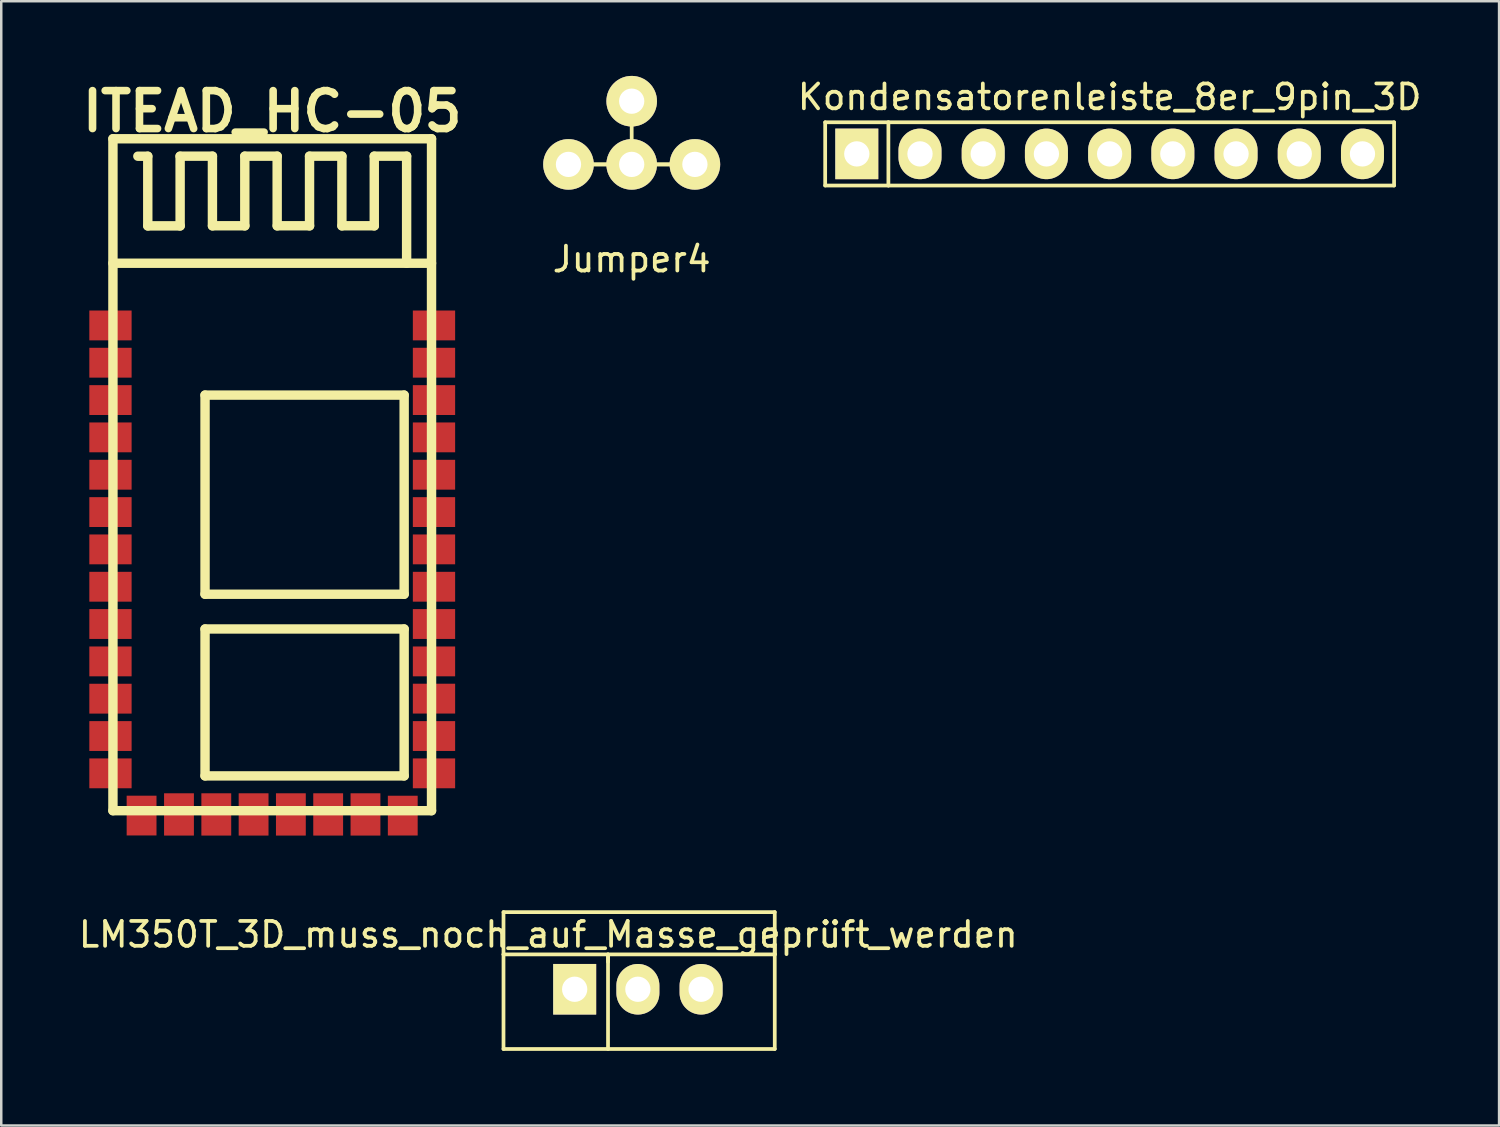
<source format=kicad_pcb>
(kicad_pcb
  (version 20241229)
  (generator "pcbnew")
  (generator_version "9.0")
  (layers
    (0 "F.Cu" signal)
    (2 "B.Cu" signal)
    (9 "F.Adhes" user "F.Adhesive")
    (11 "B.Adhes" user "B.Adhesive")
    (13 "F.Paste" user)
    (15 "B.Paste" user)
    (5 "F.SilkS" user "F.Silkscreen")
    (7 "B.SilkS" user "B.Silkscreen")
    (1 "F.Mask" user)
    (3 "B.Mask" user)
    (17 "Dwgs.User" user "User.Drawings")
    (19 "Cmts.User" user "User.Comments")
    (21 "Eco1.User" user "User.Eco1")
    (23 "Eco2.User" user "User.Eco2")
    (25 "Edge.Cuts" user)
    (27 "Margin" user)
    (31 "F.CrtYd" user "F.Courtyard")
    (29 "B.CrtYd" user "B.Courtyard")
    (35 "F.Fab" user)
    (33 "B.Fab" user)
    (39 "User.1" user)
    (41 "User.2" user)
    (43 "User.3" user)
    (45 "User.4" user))
  (footprint "Kondensatorenleiste_8er_9pin_3D"
    (layer "F.Cu")
    (at 41.538 3.134)
    (property "Reference" "Kondensatorenleiste_8er_9pin_3D" (at 0 -2.286 0) (layer "F.SilkS") (effects (font (size 1 1) (thickness 0.15))))
    (attr through_hole)
    (fp_line (start -11.43 -1.27) (end -11.43 1.27) (stroke (width 0.15) (type solid)) (layer "F.SilkS"))
    (fp_line (start -11.43 -1.27) (end -8.89 -1.27) (stroke (width 0.15) (type solid)) (layer "F.SilkS"))
    (fp_line (start -11.43 1.27) (end -8.89 1.27) (stroke (width 0.15) (type solid)) (layer "F.SilkS"))
    (fp_line (start -8.89 -1.27) (end -8.89 1.27) (stroke (width 0.15) (type solid)) (layer "F.SilkS"))
    (fp_line (start -8.89 -1.27) (end 11.43 -1.27) (stroke (width 0.15) (type solid)) (layer "F.SilkS"))
    (fp_line (start 11.43 -1.27) (end 11.43 1.27) (stroke (width 0.15) (type solid)) (layer "F.SilkS"))
    (fp_line (start 11.43 1.27) (end -8.89 1.27) (stroke (width 0.15) (type solid)) (layer "F.SilkS"))
    (pad "1" thru_hole rect (at -10.16 0) (size 1.727 2.032) (drill 1.016) (layers "*.Cu" "*.Mask" "F.SilkS"))
    (pad "2" thru_hole oval (at -7.62 0) (size 1.727 2.032) (drill 1.016) (layers "*.Cu" "*.Mask" "F.SilkS"))
    (pad "3" thru_hole oval (at -5.08 0) (size 1.727 2.032) (drill 1.016) (layers "*.Cu" "*.Mask" "F.SilkS"))
    (pad "4" thru_hole oval (at -2.54 0) (size 1.727 2.032) (drill 1.016) (layers "*.Cu" "*.Mask" "F.SilkS"))
    (pad "5" thru_hole oval (at 0 0) (size 1.727 2.032) (drill 1.016) (layers "*.Cu" "*.Mask" "F.SilkS"))
    (pad "6" thru_hole oval (at 2.54 0) (size 1.727 2.032) (drill 1.016) (layers "*.Cu" "*.Mask" "F.SilkS"))
    (pad "7" thru_hole oval (at 5.08 0) (size 1.727 2.032) (drill 1.016) (layers "*.Cu" "*.Mask" "F.SilkS"))
    (pad "8" thru_hole oval (at 7.62 0) (size 1.727 2.032) (drill 1.016) (layers "*.Cu" "*.Mask" "F.SilkS"))
    (pad "9" thru_hole oval (at 10.16 0) (size 1.727 2.032) (drill 1.016) (layers "*.Cu" "*.Mask" "F.SilkS")))
  (footprint "ITEAD_HC-05"
    (layer "F.Cu")
    (at 7.889 16.026)
    (property "Reference" "ITEAD_HC-05" (at 0 -14.6 0) (layer "F.SilkS") (effects (font (size 1.524 1.524) (thickness 0.305))))
    (attr through_hole)
    (fp_line (start -6.401 -13.5) (end 6.401 -13.5) (stroke (width 0.378) (type solid)) (layer "F.SilkS"))
    (fp_line (start -6.401 13.5) (end -6.401 -13.5) (stroke (width 0.378) (type solid)) (layer "F.SilkS"))
    (fp_line (start -5.001 -12.799) (end -5.4 -12.799) (stroke (width 0.378) (type solid)) (layer "F.SilkS"))
    (fp_line (start -5.001 -12.797) (end -5.001 -9.997) (stroke (width 0.378) (type solid)) (layer "F.SilkS"))
    (fp_line (start -3.701 -12.797) (end -3.701 -9.997) (stroke (width 0.378) (type solid)) (layer "F.SilkS"))
    (fp_line (start -3.698 -10) (end -4.999 -10) (stroke (width 0.378) (type solid)) (layer "F.SilkS"))
    (fp_line (start -2.7 -3.2) (end 5.301 -3.2) (stroke (width 0.378) (type solid)) (layer "F.SilkS"))
    (fp_line (start -2.7 4.801) (end -2.7 -3.2) (stroke (width 0.378) (type solid)) (layer "F.SilkS"))
    (fp_line (start -2.7 6.198) (end 5.301 6.198) (stroke (width 0.378) (type solid)) (layer "F.SilkS"))
    (fp_line (start -2.7 12.101) (end -2.7 6.2) (stroke (width 0.378) (type solid)) (layer "F.SilkS"))
    (fp_line (start -2.403 -12.802) (end -3.703 -12.802) (stroke (width 0.378) (type solid)) (layer "F.SilkS"))
    (fp_line (start -2.403 -12.799) (end -2.403 -10) (stroke (width 0.378) (type solid)) (layer "F.SilkS"))
    (fp_line (start -1.102 -12.799) (end -1.102 -10) (stroke (width 0.378) (type solid)) (layer "F.SilkS"))
    (fp_line (start -1.1 -10.003) (end -2.4 -10.003) (stroke (width 0.378) (type solid)) (layer "F.SilkS"))
    (fp_line (start 0.198 -12.802) (end -1.102 -12.802) (stroke (width 0.378) (type solid)) (layer "F.SilkS"))
    (fp_line (start 0.198 -12.799) (end 0.198 -10) (stroke (width 0.378) (type solid)) (layer "F.SilkS"))
    (fp_line (start 1.499 -12.799) (end 1.499 -10) (stroke (width 0.378) (type solid)) (layer "F.SilkS"))
    (fp_line (start 1.501 -10.003) (end 0.201 -10.003) (stroke (width 0.378) (type solid)) (layer "F.SilkS"))
    (fp_line (start 2.799 -12.802) (end 1.499 -12.802) (stroke (width 0.378) (type solid)) (layer "F.SilkS"))
    (fp_line (start 2.799 -12.799) (end 2.799 -10) (stroke (width 0.378) (type solid)) (layer "F.SilkS"))
    (fp_line (start 4.1 -12.799) (end 4.1 -10) (stroke (width 0.378) (type solid)) (layer "F.SilkS"))
    (fp_line (start 4.102 -10.003) (end 2.802 -10.003) (stroke (width 0.378) (type solid)) (layer "F.SilkS"))
    (fp_line (start 5.301 -3.2) (end 5.301 4.801) (stroke (width 0.378) (type solid)) (layer "F.SilkS"))
    (fp_line (start 5.301 4.801) (end -2.7 4.801) (stroke (width 0.378) (type solid)) (layer "F.SilkS"))
    (fp_line (start 5.301 6.2) (end 5.301 12.101) (stroke (width 0.378) (type solid)) (layer "F.SilkS"))
    (fp_line (start 5.301 12.101) (end -2.7 12.101) (stroke (width 0.378) (type solid)) (layer "F.SilkS"))
    (fp_line (start 5.4 -12.802) (end 4.1 -12.802) (stroke (width 0.378) (type solid)) (layer "F.SilkS"))
    (fp_line (start 5.4 -12.799) (end 5.4 -8.499) (stroke (width 0.378) (type solid)) (layer "F.SilkS"))
    (fp_line (start 6.401 -13.5) (end 6.401 13.5) (stroke (width 0.378) (type solid)) (layer "F.SilkS"))
    (fp_line (start 6.401 -8.499) (end -6.401 -8.499) (stroke (width 0.378) (type solid)) (layer "F.SilkS"))
    (fp_line (start 6.401 13.5) (end -6.401 13.5) (stroke (width 0.378) (type solid)) (layer "F.SilkS"))
    (pad "1" smd rect (at -6.5 -5.999) (size 1.699 1.199) (layers "F.Cu" "F.Mask" "F.Paste"))
    (pad "2" smd rect (at -6.5 -4.501) (size 1.699 1.199) (layers "F.Cu" "F.Mask" "F.Paste"))
    (pad "3" smd rect (at -6.5 -3) (size 1.699 1.199) (layers "F.Cu" "F.Mask" "F.Paste"))
    (pad "4" smd rect (at -6.5 -1.501) (size 1.699 1.199) (layers "F.Cu" "F.Mask" "F.Paste"))
    (pad "5" smd rect (at -6.5 0) (size 1.699 1.199) (layers "F.Cu" "F.Mask" "F.Paste"))
    (pad "6" smd rect (at -6.5 1.501) (size 1.699 1.199) (layers "F.Cu" "F.Mask" "F.Paste"))
    (pad "7" smd rect (at -6.5 3) (size 1.699 1.199) (layers "F.Cu" "F.Mask" "F.Paste"))
    (pad "8" smd rect (at -6.5 4.501) (size 1.699 1.199) (layers "F.Cu" "F.Mask" "F.Paste"))
    (pad "9" smd rect (at -6.5 5.999) (size 1.699 1.199) (layers "F.Cu" "F.Mask" "F.Paste"))
    (pad "10" smd rect (at -6.5 7.501) (size 1.699 1.199) (layers "F.Cu" "F.Mask" "F.Paste"))
    (pad "11" smd rect (at -6.5 8.999) (size 1.699 1.199) (layers "F.Cu" "F.Mask" "F.Paste"))
    (pad "12" smd rect (at -6.5 10.5) (size 1.699 1.199) (layers "F.Cu" "F.Mask" "F.Paste"))
    (pad "13" smd rect (at -6.5 11.999) (size 1.699 1.199) (layers "F.Cu" "F.Mask" "F.Paste"))
    (pad "14" smd rect (at -5.25 13.696) (size 1.199 1.598) (layers "F.Cu" "F.Mask" "F.Paste"))
    (pad "15" smd rect (at -3.747 13.65) (size 1.199 1.699) (layers "F.Cu" "F.Mask" "F.Paste"))
    (pad "16" smd rect (at -2.248 13.65) (size 1.199 1.699) (layers "F.Cu" "F.Mask" "F.Paste"))
    (pad "17" smd rect (at -0.749 13.65) (size 1.199 1.699) (layers "F.Cu" "F.Mask" "F.Paste"))
    (pad "18" smd rect (at 0.749 13.65) (size 1.199 1.699) (layers "F.Cu" "F.Mask" "F.Paste"))
    (pad "19" smd rect (at 2.248 13.65) (size 1.199 1.699) (layers "F.Cu" "F.Mask" "F.Paste"))
    (pad "20" smd rect (at 3.747 13.65) (size 1.199 1.699) (layers "F.Cu" "F.Mask" "F.Paste"))
    (pad "21" smd rect (at 5.245 13.698) (size 1.199 1.598) (layers "F.Cu" "F.Mask" "F.Paste"))
    (pad "22" smd rect (at 6.5 11.999) (size 1.699 1.199) (layers "F.Cu" "F.Mask" "F.Paste"))
    (pad "23" smd rect (at 6.5 10.5) (size 1.699 1.199) (layers "F.Cu" "F.Mask" "F.Paste"))
    (pad "24" smd rect (at 6.5 8.997) (size 1.699 1.199) (layers "F.Cu" "F.Mask" "F.Paste"))
    (pad "25" smd rect (at 6.5 7.501) (size 1.699 1.199) (layers "F.Cu" "F.Mask" "F.Paste"))
    (pad "26" smd rect (at 6.5 5.999) (size 1.699 1.199) (layers "F.Cu" "F.Mask" "F.Paste"))
    (pad "27" smd rect (at 6.5 4.501) (size 1.699 1.199) (layers "F.Cu" "F.Mask" "F.Paste"))
    (pad "28" smd rect (at 6.5 3) (size 1.699 1.199) (layers "F.Cu" "F.Mask" "F.Paste"))
    (pad "29" smd rect (at 6.5 1.501) (size 1.699 1.199) (layers "F.Cu" "F.Mask" "F.Paste"))
    (pad "30" smd rect (at 6.5 0) (size 1.699 1.199) (layers "F.Cu" "F.Mask" "F.Paste"))
    (pad "31" smd rect (at 6.5 -1.501) (size 1.699 1.199) (layers "F.Cu" "F.Mask" "F.Paste"))
    (pad "32" smd rect (at 6.5 -3) (size 1.699 1.199) (layers "F.Cu" "F.Mask" "F.Paste"))
    (pad "33" smd rect (at 6.5 -4.501) (size 1.699 1.199) (layers "F.Cu" "F.Mask" "F.Paste"))
    (pad "34" smd rect (at 6.5 -5.999) (size 1.699 1.199) (layers "F.Cu" "F.Mask" "F.Paste")))
  (footprint "LM350T_3D_muss_noch_auf_Masse_geprüft_werden"
    (layer "F.Cu")
    (at 22.582 36.701)
    (property "Reference" "LM350T_3D_muss_noch_auf_Masse_geprüft_werden" (at -3.6 -2.2 0) (layer "F.SilkS") (effects (font (size 1 1) (thickness 0.15))))
    (attr through_hole)
    (fp_line (start -5.4 -3.1) (end 5.5 -3.1) (stroke (width 0.15) (type solid)) (layer "F.SilkS"))
    (fp_line (start -5.4 -1.4) (end -5.4 -3.1) (stroke (width 0.15) (type solid)) (layer "F.SilkS"))
    (fp_line (start -5.4 -1.4) (end -5.4 2.4) (stroke (width 0.15) (type solid)) (layer "F.SilkS"))
    (fp_line (start -5.4 2.4) (end 5.5 2.4) (stroke (width 0.15) (type solid)) (layer "F.SilkS"))
    (fp_line (start -1.2 -1.4) (end -1.2 -1.1) (stroke (width 0.15) (type solid)) (layer "F.SilkS"))
    (fp_line (start -1.2 2.4) (end -1.2 -1.4) (stroke (width 0.15) (type solid)) (layer "F.SilkS"))
    (fp_line (start 5.5 -3.1) (end 5.5 -1.4) (stroke (width 0.15) (type solid)) (layer "F.SilkS"))
    (fp_line (start 5.5 -1.4) (end -5.4 -1.4) (stroke (width 0.15) (type solid)) (layer "F.SilkS"))
    (fp_line (start 5.5 -1.4) (end 5.5 -1.8) (stroke (width 0.15) (type solid)) (layer "F.SilkS"))
    (fp_line (start 5.5 2.4) (end 5.5 -1.4) (stroke (width 0.15) (type solid)) (layer "F.SilkS"))
    (pad "1" thru_hole rect (at -2.54 0) (size 1.727 2.032) (drill 1.016) (layers "*.Cu" "*.Mask" "F.SilkS"))
    (pad "2" thru_hole oval (at 0 0) (size 1.727 2.032) (drill 1.016) (layers "*.Cu" "*.Mask" "F.SilkS"))
    (pad "3" thru_hole oval (at 2.54 0) (size 1.727 2.032) (drill 1.016) (layers "*.Cu" "*.Mask" "F.SilkS")))
  (footprint "Jumper4"
    (layer "F.Cu")
    (at 22.333 2.286)
    (property "Reference" "Jumper4" (at 0 5.08 0) (layer "F.SilkS") (effects (font (size 1 1) (thickness 0.15))))
    (fp_line (start -2.54 1.27) (end 0 1.27) (stroke (width 0.15) (type solid)) (layer "F.SilkS"))
    (fp_line (start 0 1.27) (end -2.54 1.27) (stroke (width 0.15) (type solid)) (layer "F.SilkS"))
    (fp_line (start 0 1.27) (end 0 -1.27) (stroke (width 0.15) (type solid)) (layer "F.SilkS"))
    (fp_line (start 0 1.27) (end 2.54 1.27) (stroke (width 0.15) (type solid)) (layer "F.SilkS"))
    (fp_line (start 2.54 1.27) (end 0 1.27) (stroke (width 0.15) (type solid)) (layer "F.SilkS"))
    (pad "1" thru_hole circle (at -2.54 1.27) (size 2.032 2.032) (drill 1.016) (layers "*.Cu" "*.Mask" "F.SilkS"))
    (pad "2" thru_hole circle (at 0 1.27) (size 2.032 2.032) (drill 1.016) (layers "*.Cu" "*.Mask" "F.SilkS"))
    (pad "3" thru_hole circle (at 2.54 1.27) (size 2.032 2.032) (drill 1.016) (layers "*.Cu" "*.Mask" "F.SilkS"))
    (pad "4" thru_hole oval (at 0 -1.27) (size 2.032 2.032) (drill 1.016) (layers "*.Cu" "*.Mask" "F.SilkS")))
  (gr_rect
    (start -3 -3)
    (end 57.187 42.176)
    (stroke (width 0.1) (type default))
    (fill no)
    (layer "Edge.Cuts")))
</source>
